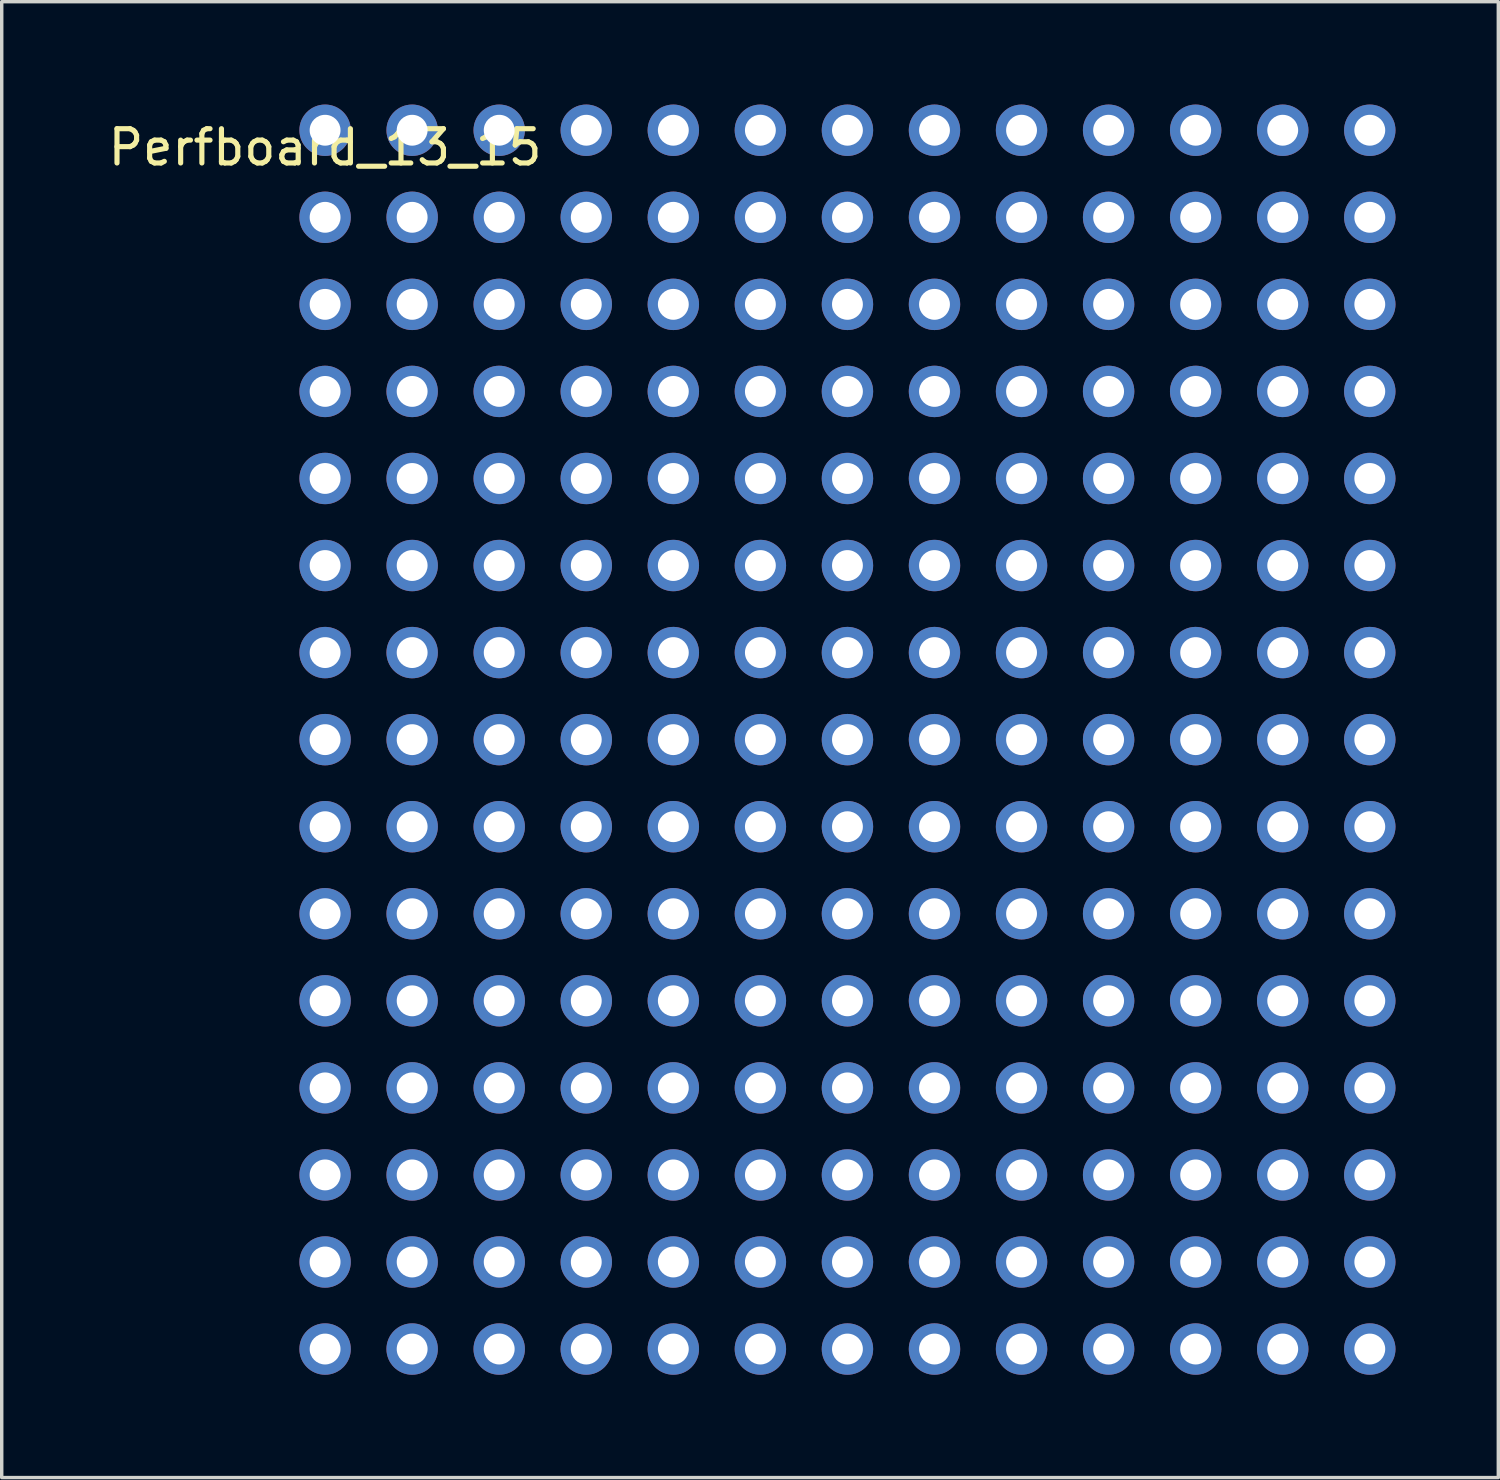
<source format=kicad_pcb>
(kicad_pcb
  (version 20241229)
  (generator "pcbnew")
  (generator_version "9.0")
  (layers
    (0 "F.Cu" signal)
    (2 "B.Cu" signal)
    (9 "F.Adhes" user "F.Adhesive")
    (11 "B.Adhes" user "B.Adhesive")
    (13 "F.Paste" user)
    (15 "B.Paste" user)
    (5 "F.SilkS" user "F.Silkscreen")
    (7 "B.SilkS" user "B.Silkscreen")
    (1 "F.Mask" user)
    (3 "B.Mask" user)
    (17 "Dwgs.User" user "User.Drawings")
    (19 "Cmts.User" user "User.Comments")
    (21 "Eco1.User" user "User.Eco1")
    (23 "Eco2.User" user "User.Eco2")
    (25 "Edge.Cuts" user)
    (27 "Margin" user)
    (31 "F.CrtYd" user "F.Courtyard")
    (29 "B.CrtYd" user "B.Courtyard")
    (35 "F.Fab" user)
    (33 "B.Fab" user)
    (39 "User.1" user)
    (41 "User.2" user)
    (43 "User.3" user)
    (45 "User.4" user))
  (footprint "Perfboard_13_15"
    (layer "F.Cu")
    (at 6.435 0.75)
    (property "Reference" "Perfboard_13_15" (at 0 0.5 0) (layer "F.SilkS") (effects (font (size 1 1) (thickness 0.15))))
    (attr through_hole)
    (pad "1" thru_hole circle (at 0 0) (size 1.5 1.5) (drill 0.9) (layers "*.Cu" "*.Mask"))
    (pad "1" thru_hole circle (at 0 2.54) (size 1.5 1.5) (drill 0.9) (layers "*.Cu" "*.Mask"))
    (pad "1" thru_hole circle (at 0 5.08) (size 1.5 1.5) (drill 0.9) (layers "*.Cu" "*.Mask"))
    (pad "1" thru_hole circle (at 0 7.62) (size 1.5 1.5) (drill 0.9) (layers "*.Cu" "*.Mask"))
    (pad "1" thru_hole circle (at 0 10.16) (size 1.5 1.5) (drill 0.9) (layers "*.Cu" "*.Mask"))
    (pad "1" thru_hole circle (at 0 12.7) (size 1.5 1.5) (drill 0.9) (layers "*.Cu" "*.Mask"))
    (pad "1" thru_hole circle (at 0 15.24) (size 1.5 1.5) (drill 0.9) (layers "*.Cu" "*.Mask"))
    (pad "1" thru_hole circle (at 0 17.78) (size 1.5 1.5) (drill 0.9) (layers "*.Cu" "*.Mask"))
    (pad "1" thru_hole circle (at 0 20.32) (size 1.5 1.5) (drill 0.9) (layers "*.Cu" "*.Mask"))
    (pad "1" thru_hole circle (at 0 22.86) (size 1.5 1.5) (drill 0.9) (layers "*.Cu" "*.Mask"))
    (pad "1" thru_hole circle (at 0 25.4) (size 1.5 1.5) (drill 0.9) (layers "*.Cu" "*.Mask"))
    (pad "1" thru_hole circle (at 0 27.94) (size 1.5 1.5) (drill 0.9) (layers "*.Cu" "*.Mask"))
    (pad "1" thru_hole circle (at 0 30.48) (size 1.5 1.5) (drill 0.9) (layers "*.Cu" "*.Mask"))
    (pad "1" thru_hole circle (at 0 33.02) (size 1.5 1.5) (drill 0.9) (layers "*.Cu" "*.Mask"))
    (pad "1" thru_hole circle (at 0 35.56) (size 1.5 1.5) (drill 0.9) (layers "*.Cu" "*.Mask"))
    (pad "1" thru_hole circle (at 2.54 0) (size 1.5 1.5) (drill 0.9) (layers "*.Cu" "*.Mask"))
    (pad "1" thru_hole circle (at 2.54 2.54) (size 1.5 1.5) (drill 0.9) (layers "*.Cu" "*.Mask"))
    (pad "1" thru_hole circle (at 2.54 5.08) (size 1.5 1.5) (drill 0.9) (layers "*.Cu" "*.Mask"))
    (pad "1" thru_hole circle (at 2.54 7.62) (size 1.5 1.5) (drill 0.9) (layers "*.Cu" "*.Mask"))
    (pad "1" thru_hole circle (at 2.54 10.16) (size 1.5 1.5) (drill 0.9) (layers "*.Cu" "*.Mask"))
    (pad "1" thru_hole circle (at 2.54 12.7) (size 1.5 1.5) (drill 0.9) (layers "*.Cu" "*.Mask"))
    (pad "1" thru_hole circle (at 2.54 15.24) (size 1.5 1.5) (drill 0.9) (layers "*.Cu" "*.Mask"))
    (pad "1" thru_hole circle (at 2.54 17.78) (size 1.5 1.5) (drill 0.9) (layers "*.Cu" "*.Mask"))
    (pad "1" thru_hole circle (at 2.54 20.32) (size 1.5 1.5) (drill 0.9) (layers "*.Cu" "*.Mask"))
    (pad "1" thru_hole circle (at 2.54 22.86) (size 1.5 1.5) (drill 0.9) (layers "*.Cu" "*.Mask"))
    (pad "1" thru_hole circle (at 2.54 25.4) (size 1.5 1.5) (drill 0.9) (layers "*.Cu" "*.Mask"))
    (pad "1" thru_hole circle (at 2.54 27.94) (size 1.5 1.5) (drill 0.9) (layers "*.Cu" "*.Mask"))
    (pad "1" thru_hole circle (at 2.54 30.48) (size 1.5 1.5) (drill 0.9) (layers "*.Cu" "*.Mask"))
    (pad "1" thru_hole circle (at 2.54 33.02) (size 1.5 1.5) (drill 0.9) (layers "*.Cu" "*.Mask"))
    (pad "1" thru_hole circle (at 2.54 35.56) (size 1.5 1.5) (drill 0.9) (layers "*.Cu" "*.Mask"))
    (pad "1" thru_hole circle (at 5.08 0) (size 1.5 1.5) (drill 0.9) (layers "*.Cu" "*.Mask"))
    (pad "1" thru_hole circle (at 5.08 2.54) (size 1.5 1.5) (drill 0.9) (layers "*.Cu" "*.Mask"))
    (pad "1" thru_hole circle (at 5.08 5.08) (size 1.5 1.5) (drill 0.9) (layers "*.Cu" "*.Mask"))
    (pad "1" thru_hole circle (at 5.08 7.62) (size 1.5 1.5) (drill 0.9) (layers "*.Cu" "*.Mask"))
    (pad "1" thru_hole circle (at 5.08 10.16) (size 1.5 1.5) (drill 0.9) (layers "*.Cu" "*.Mask"))
    (pad "1" thru_hole circle (at 5.08 12.7) (size 1.5 1.5) (drill 0.9) (layers "*.Cu" "*.Mask"))
    (pad "1" thru_hole circle (at 5.08 15.24) (size 1.5 1.5) (drill 0.9) (layers "*.Cu" "*.Mask"))
    (pad "1" thru_hole circle (at 5.08 17.78) (size 1.5 1.5) (drill 0.9) (layers "*.Cu" "*.Mask"))
    (pad "1" thru_hole circle (at 5.08 20.32) (size 1.5 1.5) (drill 0.9) (layers "*.Cu" "*.Mask"))
    (pad "1" thru_hole circle (at 5.08 22.86) (size 1.5 1.5) (drill 0.9) (layers "*.Cu" "*.Mask"))
    (pad "1" thru_hole circle (at 5.08 25.4) (size 1.5 1.5) (drill 0.9) (layers "*.Cu" "*.Mask"))
    (pad "1" thru_hole circle (at 5.08 27.94) (size 1.5 1.5) (drill 0.9) (layers "*.Cu" "*.Mask"))
    (pad "1" thru_hole circle (at 5.08 30.48) (size 1.5 1.5) (drill 0.9) (layers "*.Cu" "*.Mask"))
    (pad "1" thru_hole circle (at 5.08 33.02) (size 1.5 1.5) (drill 0.9) (layers "*.Cu" "*.Mask"))
    (pad "1" thru_hole circle (at 5.08 35.56) (size 1.5 1.5) (drill 0.9) (layers "*.Cu" "*.Mask"))
    (pad "1" thru_hole circle (at 7.62 0) (size 1.5 1.5) (drill 0.9) (layers "*.Cu" "*.Mask"))
    (pad "1" thru_hole circle (at 7.62 2.54) (size 1.5 1.5) (drill 0.9) (layers "*.Cu" "*.Mask"))
    (pad "1" thru_hole circle (at 7.62 5.08) (size 1.5 1.5) (drill 0.9) (layers "*.Cu" "*.Mask"))
    (pad "1" thru_hole circle (at 7.62 7.62) (size 1.5 1.5) (drill 0.9) (layers "*.Cu" "*.Mask"))
    (pad "1" thru_hole circle (at 7.62 10.16) (size 1.5 1.5) (drill 0.9) (layers "*.Cu" "*.Mask"))
    (pad "1" thru_hole circle (at 7.62 12.7) (size 1.5 1.5) (drill 0.9) (layers "*.Cu" "*.Mask"))
    (pad "1" thru_hole circle (at 7.62 15.24) (size 1.5 1.5) (drill 0.9) (layers "*.Cu" "*.Mask"))
    (pad "1" thru_hole circle (at 7.62 17.78) (size 1.5 1.5) (drill 0.9) (layers "*.Cu" "*.Mask"))
    (pad "1" thru_hole circle (at 7.62 20.32) (size 1.5 1.5) (drill 0.9) (layers "*.Cu" "*.Mask"))
    (pad "1" thru_hole circle (at 7.62 22.86) (size 1.5 1.5) (drill 0.9) (layers "*.Cu" "*.Mask"))
    (pad "1" thru_hole circle (at 7.62 25.4) (size 1.5 1.5) (drill 0.9) (layers "*.Cu" "*.Mask"))
    (pad "1" thru_hole circle (at 7.62 27.94) (size 1.5 1.5) (drill 0.9) (layers "*.Cu" "*.Mask"))
    (pad "1" thru_hole circle (at 7.62 30.48) (size 1.5 1.5) (drill 0.9) (layers "*.Cu" "*.Mask"))
    (pad "1" thru_hole circle (at 7.62 33.02) (size 1.5 1.5) (drill 0.9) (layers "*.Cu" "*.Mask"))
    (pad "1" thru_hole circle (at 7.62 35.56) (size 1.5 1.5) (drill 0.9) (layers "*.Cu" "*.Mask"))
    (pad "1" thru_hole circle (at 10.16 0) (size 1.5 1.5) (drill 0.9) (layers "*.Cu" "*.Mask"))
    (pad "1" thru_hole circle (at 10.16 2.54) (size 1.5 1.5) (drill 0.9) (layers "*.Cu" "*.Mask"))
    (pad "1" thru_hole circle (at 10.16 5.08) (size 1.5 1.5) (drill 0.9) (layers "*.Cu" "*.Mask"))
    (pad "1" thru_hole circle (at 10.16 7.62) (size 1.5 1.5) (drill 0.9) (layers "*.Cu" "*.Mask"))
    (pad "1" thru_hole circle (at 10.16 10.16) (size 1.5 1.5) (drill 0.9) (layers "*.Cu" "*.Mask"))
    (pad "1" thru_hole circle (at 10.16 12.7) (size 1.5 1.5) (drill 0.9) (layers "*.Cu" "*.Mask"))
    (pad "1" thru_hole circle (at 10.16 15.24) (size 1.5 1.5) (drill 0.9) (layers "*.Cu" "*.Mask"))
    (pad "1" thru_hole circle (at 10.16 17.78) (size 1.5 1.5) (drill 0.9) (layers "*.Cu" "*.Mask"))
    (pad "1" thru_hole circle (at 10.16 20.32) (size 1.5 1.5) (drill 0.9) (layers "*.Cu" "*.Mask"))
    (pad "1" thru_hole circle (at 10.16 22.86) (size 1.5 1.5) (drill 0.9) (layers "*.Cu" "*.Mask"))
    (pad "1" thru_hole circle (at 10.16 25.4) (size 1.5 1.5) (drill 0.9) (layers "*.Cu" "*.Mask"))
    (pad "1" thru_hole circle (at 10.16 27.94) (size 1.5 1.5) (drill 0.9) (layers "*.Cu" "*.Mask"))
    (pad "1" thru_hole circle (at 10.16 30.48) (size 1.5 1.5) (drill 0.9) (layers "*.Cu" "*.Mask"))
    (pad "1" thru_hole circle (at 10.16 33.02) (size 1.5 1.5) (drill 0.9) (layers "*.Cu" "*.Mask"))
    (pad "1" thru_hole circle (at 10.16 35.56) (size 1.5 1.5) (drill 0.9) (layers "*.Cu" "*.Mask"))
    (pad "1" thru_hole circle (at 12.7 0) (size 1.5 1.5) (drill 0.9) (layers "*.Cu" "*.Mask"))
    (pad "1" thru_hole circle (at 12.7 2.54) (size 1.5 1.5) (drill 0.9) (layers "*.Cu" "*.Mask"))
    (pad "1" thru_hole circle (at 12.7 5.08) (size 1.5 1.5) (drill 0.9) (layers "*.Cu" "*.Mask"))
    (pad "1" thru_hole circle (at 12.7 7.62) (size 1.5 1.5) (drill 0.9) (layers "*.Cu" "*.Mask"))
    (pad "1" thru_hole circle (at 12.7 10.16) (size 1.5 1.5) (drill 0.9) (layers "*.Cu" "*.Mask"))
    (pad "1" thru_hole circle (at 12.7 12.7) (size 1.5 1.5) (drill 0.9) (layers "*.Cu" "*.Mask"))
    (pad "1" thru_hole circle (at 12.7 15.24) (size 1.5 1.5) (drill 0.9) (layers "*.Cu" "*.Mask"))
    (pad "1" thru_hole circle (at 12.7 17.78) (size 1.5 1.5) (drill 0.9) (layers "*.Cu" "*.Mask"))
    (pad "1" thru_hole circle (at 12.7 20.32) (size 1.5 1.5) (drill 0.9) (layers "*.Cu" "*.Mask"))
    (pad "1" thru_hole circle (at 12.7 22.86) (size 1.5 1.5) (drill 0.9) (layers "*.Cu" "*.Mask"))
    (pad "1" thru_hole circle (at 12.7 25.4) (size 1.5 1.5) (drill 0.9) (layers "*.Cu" "*.Mask"))
    (pad "1" thru_hole circle (at 12.7 27.94) (size 1.5 1.5) (drill 0.9) (layers "*.Cu" "*.Mask"))
    (pad "1" thru_hole circle (at 12.7 30.48) (size 1.5 1.5) (drill 0.9) (layers "*.Cu" "*.Mask"))
    (pad "1" thru_hole circle (at 12.7 33.02) (size 1.5 1.5) (drill 0.9) (layers "*.Cu" "*.Mask"))
    (pad "1" thru_hole circle (at 12.7 35.56) (size 1.5 1.5) (drill 0.9) (layers "*.Cu" "*.Mask"))
    (pad "1" thru_hole circle (at 15.24 0) (size 1.5 1.5) (drill 0.9) (layers "*.Cu" "*.Mask"))
    (pad "1" thru_hole circle (at 15.24 2.54) (size 1.5 1.5) (drill 0.9) (layers "*.Cu" "*.Mask"))
    (pad "1" thru_hole circle (at 15.24 5.08) (size 1.5 1.5) (drill 0.9) (layers "*.Cu" "*.Mask"))
    (pad "1" thru_hole circle (at 15.24 7.62) (size 1.5 1.5) (drill 0.9) (layers "*.Cu" "*.Mask"))
    (pad "1" thru_hole circle (at 15.24 10.16) (size 1.5 1.5) (drill 0.9) (layers "*.Cu" "*.Mask"))
    (pad "1" thru_hole circle (at 15.24 12.7) (size 1.5 1.5) (drill 0.9) (layers "*.Cu" "*.Mask"))
    (pad "1" thru_hole circle (at 15.24 15.24) (size 1.5 1.5) (drill 0.9) (layers "*.Cu" "*.Mask"))
    (pad "1" thru_hole circle (at 15.24 17.78) (size 1.5 1.5) (drill 0.9) (layers "*.Cu" "*.Mask"))
    (pad "1" thru_hole circle (at 15.24 20.32) (size 1.5 1.5) (drill 0.9) (layers "*.Cu" "*.Mask"))
    (pad "1" thru_hole circle (at 15.24 22.86) (size 1.5 1.5) (drill 0.9) (layers "*.Cu" "*.Mask"))
    (pad "1" thru_hole circle (at 15.24 25.4) (size 1.5 1.5) (drill 0.9) (layers "*.Cu" "*.Mask"))
    (pad "1" thru_hole circle (at 15.24 27.94) (size 1.5 1.5) (drill 0.9) (layers "*.Cu" "*.Mask"))
    (pad "1" thru_hole circle (at 15.24 30.48) (size 1.5 1.5) (drill 0.9) (layers "*.Cu" "*.Mask"))
    (pad "1" thru_hole circle (at 15.24 33.02) (size 1.5 1.5) (drill 0.9) (layers "*.Cu" "*.Mask"))
    (pad "1" thru_hole circle (at 15.24 35.56) (size 1.5 1.5) (drill 0.9) (layers "*.Cu" "*.Mask"))
    (pad "1" thru_hole circle (at 17.78 0) (size 1.5 1.5) (drill 0.9) (layers "*.Cu" "*.Mask"))
    (pad "1" thru_hole circle (at 17.78 2.54) (size 1.5 1.5) (drill 0.9) (layers "*.Cu" "*.Mask"))
    (pad "1" thru_hole circle (at 17.78 5.08) (size 1.5 1.5) (drill 0.9) (layers "*.Cu" "*.Mask"))
    (pad "1" thru_hole circle (at 17.78 7.62) (size 1.5 1.5) (drill 0.9) (layers "*.Cu" "*.Mask"))
    (pad "1" thru_hole circle (at 17.78 10.16) (size 1.5 1.5) (drill 0.9) (layers "*.Cu" "*.Mask"))
    (pad "1" thru_hole circle (at 17.78 12.7) (size 1.5 1.5) (drill 0.9) (layers "*.Cu" "*.Mask"))
    (pad "1" thru_hole circle (at 17.78 15.24) (size 1.5 1.5) (drill 0.9) (layers "*.Cu" "*.Mask"))
    (pad "1" thru_hole circle (at 17.78 17.78) (size 1.5 1.5) (drill 0.9) (layers "*.Cu" "*.Mask"))
    (pad "1" thru_hole circle (at 17.78 20.32) (size 1.5 1.5) (drill 0.9) (layers "*.Cu" "*.Mask"))
    (pad "1" thru_hole circle (at 17.78 22.86) (size 1.5 1.5) (drill 0.9) (layers "*.Cu" "*.Mask"))
    (pad "1" thru_hole circle (at 17.78 25.4) (size 1.5 1.5) (drill 0.9) (layers "*.Cu" "*.Mask"))
    (pad "1" thru_hole circle (at 17.78 27.94) (size 1.5 1.5) (drill 0.9) (layers "*.Cu" "*.Mask"))
    (pad "1" thru_hole circle (at 17.78 30.48) (size 1.5 1.5) (drill 0.9) (layers "*.Cu" "*.Mask"))
    (pad "1" thru_hole circle (at 17.78 33.02) (size 1.5 1.5) (drill 0.9) (layers "*.Cu" "*.Mask"))
    (pad "1" thru_hole circle (at 17.78 35.56) (size 1.5 1.5) (drill 0.9) (layers "*.Cu" "*.Mask"))
    (pad "1" thru_hole circle (at 20.32 0) (size 1.5 1.5) (drill 0.9) (layers "*.Cu" "*.Mask"))
    (pad "1" thru_hole circle (at 20.32 2.54) (size 1.5 1.5) (drill 0.9) (layers "*.Cu" "*.Mask"))
    (pad "1" thru_hole circle (at 20.32 5.08) (size 1.5 1.5) (drill 0.9) (layers "*.Cu" "*.Mask"))
    (pad "1" thru_hole circle (at 20.32 7.62) (size 1.5 1.5) (drill 0.9) (layers "*.Cu" "*.Mask"))
    (pad "1" thru_hole circle (at 20.32 10.16) (size 1.5 1.5) (drill 0.9) (layers "*.Cu" "*.Mask"))
    (pad "1" thru_hole circle (at 20.32 12.7) (size 1.5 1.5) (drill 0.9) (layers "*.Cu" "*.Mask"))
    (pad "1" thru_hole circle (at 20.32 15.24) (size 1.5 1.5) (drill 0.9) (layers "*.Cu" "*.Mask"))
    (pad "1" thru_hole circle (at 20.32 17.78) (size 1.5 1.5) (drill 0.9) (layers "*.Cu" "*.Mask"))
    (pad "1" thru_hole circle (at 20.32 20.32) (size 1.5 1.5) (drill 0.9) (layers "*.Cu" "*.Mask"))
    (pad "1" thru_hole circle (at 20.32 22.86) (size 1.5 1.5) (drill 0.9) (layers "*.Cu" "*.Mask"))
    (pad "1" thru_hole circle (at 20.32 25.4) (size 1.5 1.5) (drill 0.9) (layers "*.Cu" "*.Mask"))
    (pad "1" thru_hole circle (at 20.32 27.94) (size 1.5 1.5) (drill 0.9) (layers "*.Cu" "*.Mask"))
    (pad "1" thru_hole circle (at 20.32 30.48) (size 1.5 1.5) (drill 0.9) (layers "*.Cu" "*.Mask"))
    (pad "1" thru_hole circle (at 20.32 33.02) (size 1.5 1.5) (drill 0.9) (layers "*.Cu" "*.Mask"))
    (pad "1" thru_hole circle (at 20.32 35.56) (size 1.5 1.5) (drill 0.9) (layers "*.Cu" "*.Mask"))
    (pad "1" thru_hole circle (at 22.86 0) (size 1.5 1.5) (drill 0.9) (layers "*.Cu" "*.Mask"))
    (pad "1" thru_hole circle (at 22.86 2.54) (size 1.5 1.5) (drill 0.9) (layers "*.Cu" "*.Mask"))
    (pad "1" thru_hole circle (at 22.86 5.08) (size 1.5 1.5) (drill 0.9) (layers "*.Cu" "*.Mask"))
    (pad "1" thru_hole circle (at 22.86 7.62) (size 1.5 1.5) (drill 0.9) (layers "*.Cu" "*.Mask"))
    (pad "1" thru_hole circle (at 22.86 10.16) (size 1.5 1.5) (drill 0.9) (layers "*.Cu" "*.Mask"))
    (pad "1" thru_hole circle (at 22.86 12.7) (size 1.5 1.5) (drill 0.9) (layers "*.Cu" "*.Mask"))
    (pad "1" thru_hole circle (at 22.86 15.24) (size 1.5 1.5) (drill 0.9) (layers "*.Cu" "*.Mask"))
    (pad "1" thru_hole circle (at 22.86 17.78) (size 1.5 1.5) (drill 0.9) (layers "*.Cu" "*.Mask"))
    (pad "1" thru_hole circle (at 22.86 20.32) (size 1.5 1.5) (drill 0.9) (layers "*.Cu" "*.Mask"))
    (pad "1" thru_hole circle (at 22.86 22.86) (size 1.5 1.5) (drill 0.9) (layers "*.Cu" "*.Mask"))
    (pad "1" thru_hole circle (at 22.86 25.4) (size 1.5 1.5) (drill 0.9) (layers "*.Cu" "*.Mask"))
    (pad "1" thru_hole circle (at 22.86 27.94) (size 1.5 1.5) (drill 0.9) (layers "*.Cu" "*.Mask"))
    (pad "1" thru_hole circle (at 22.86 30.48) (size 1.5 1.5) (drill 0.9) (layers "*.Cu" "*.Mask"))
    (pad "1" thru_hole circle (at 22.86 33.02) (size 1.5 1.5) (drill 0.9) (layers "*.Cu" "*.Mask"))
    (pad "1" thru_hole circle (at 22.86 35.56) (size 1.5 1.5) (drill 0.9) (layers "*.Cu" "*.Mask"))
    (pad "1" thru_hole circle (at 25.4 0) (size 1.5 1.5) (drill 0.9) (layers "*.Cu" "*.Mask"))
    (pad "1" thru_hole circle (at 25.4 2.54) (size 1.5 1.5) (drill 0.9) (layers "*.Cu" "*.Mask"))
    (pad "1" thru_hole circle (at 25.4 5.08) (size 1.5 1.5) (drill 0.9) (layers "*.Cu" "*.Mask"))
    (pad "1" thru_hole circle (at 25.4 7.62) (size 1.5 1.5) (drill 0.9) (layers "*.Cu" "*.Mask"))
    (pad "1" thru_hole circle (at 25.4 10.16) (size 1.5 1.5) (drill 0.9) (layers "*.Cu" "*.Mask"))
    (pad "1" thru_hole circle (at 25.4 12.7) (size 1.5 1.5) (drill 0.9) (layers "*.Cu" "*.Mask"))
    (pad "1" thru_hole circle (at 25.4 15.24) (size 1.5 1.5) (drill 0.9) (layers "*.Cu" "*.Mask"))
    (pad "1" thru_hole circle (at 25.4 17.78) (size 1.5 1.5) (drill 0.9) (layers "*.Cu" "*.Mask"))
    (pad "1" thru_hole circle (at 25.4 20.32) (size 1.5 1.5) (drill 0.9) (layers "*.Cu" "*.Mask"))
    (pad "1" thru_hole circle (at 25.4 22.86) (size 1.5 1.5) (drill 0.9) (layers "*.Cu" "*.Mask"))
    (pad "1" thru_hole circle (at 25.4 25.4) (size 1.5 1.5) (drill 0.9) (layers "*.Cu" "*.Mask"))
    (pad "1" thru_hole circle (at 25.4 27.94) (size 1.5 1.5) (drill 0.9) (layers "*.Cu" "*.Mask"))
    (pad "1" thru_hole circle (at 25.4 30.48) (size 1.5 1.5) (drill 0.9) (layers "*.Cu" "*.Mask"))
    (pad "1" thru_hole circle (at 25.4 33.02) (size 1.5 1.5) (drill 0.9) (layers "*.Cu" "*.Mask"))
    (pad "1" thru_hole circle (at 25.4 35.56) (size 1.5 1.5) (drill 0.9) (layers "*.Cu" "*.Mask"))
    (pad "1" thru_hole circle (at 27.94 0) (size 1.5 1.5) (drill 0.9) (layers "*.Cu" "*.Mask"))
    (pad "1" thru_hole circle (at 27.94 2.54) (size 1.5 1.5) (drill 0.9) (layers "*.Cu" "*.Mask"))
    (pad "1" thru_hole circle (at 27.94 5.08) (size 1.5 1.5) (drill 0.9) (layers "*.Cu" "*.Mask"))
    (pad "1" thru_hole circle (at 27.94 7.62) (size 1.5 1.5) (drill 0.9) (layers "*.Cu" "*.Mask"))
    (pad "1" thru_hole circle (at 27.94 10.16) (size 1.5 1.5) (drill 0.9) (layers "*.Cu" "*.Mask"))
    (pad "1" thru_hole circle (at 27.94 12.7) (size 1.5 1.5) (drill 0.9) (layers "*.Cu" "*.Mask"))
    (pad "1" thru_hole circle (at 27.94 15.24) (size 1.5 1.5) (drill 0.9) (layers "*.Cu" "*.Mask"))
    (pad "1" thru_hole circle (at 27.94 17.78) (size 1.5 1.5) (drill 0.9) (layers "*.Cu" "*.Mask"))
    (pad "1" thru_hole circle (at 27.94 20.32) (size 1.5 1.5) (drill 0.9) (layers "*.Cu" "*.Mask"))
    (pad "1" thru_hole circle (at 27.94 22.86) (size 1.5 1.5) (drill 0.9) (layers "*.Cu" "*.Mask"))
    (pad "1" thru_hole circle (at 27.94 25.4) (size 1.5 1.5) (drill 0.9) (layers "*.Cu" "*.Mask"))
    (pad "1" thru_hole circle (at 27.94 27.94) (size 1.5 1.5) (drill 0.9) (layers "*.Cu" "*.Mask"))
    (pad "1" thru_hole circle (at 27.94 30.48) (size 1.5 1.5) (drill 0.9) (layers "*.Cu" "*.Mask"))
    (pad "1" thru_hole circle (at 27.94 33.02) (size 1.5 1.5) (drill 0.9) (layers "*.Cu" "*.Mask"))
    (pad "1" thru_hole circle (at 27.94 35.56) (size 1.5 1.5) (drill 0.9) (layers "*.Cu" "*.Mask"))
    (pad "1" thru_hole circle (at 30.48 0) (size 1.5 1.5) (drill 0.9) (layers "*.Cu" "*.Mask"))
    (pad "1" thru_hole circle (at 30.48 2.54) (size 1.5 1.5) (drill 0.9) (layers "*.Cu" "*.Mask"))
    (pad "1" thru_hole circle (at 30.48 5.08) (size 1.5 1.5) (drill 0.9) (layers "*.Cu" "*.Mask"))
    (pad "1" thru_hole circle (at 30.48 7.62) (size 1.5 1.5) (drill 0.9) (layers "*.Cu" "*.Mask"))
    (pad "1" thru_hole circle (at 30.48 10.16) (size 1.5 1.5) (drill 0.9) (layers "*.Cu" "*.Mask"))
    (pad "1" thru_hole circle (at 30.48 12.7) (size 1.5 1.5) (drill 0.9) (layers "*.Cu" "*.Mask"))
    (pad "1" thru_hole circle (at 30.48 15.24) (size 1.5 1.5) (drill 0.9) (layers "*.Cu" "*.Mask"))
    (pad "1" thru_hole circle (at 30.48 17.78) (size 1.5 1.5) (drill 0.9) (layers "*.Cu" "*.Mask"))
    (pad "1" thru_hole circle (at 30.48 20.32) (size 1.5 1.5) (drill 0.9) (layers "*.Cu" "*.Mask"))
    (pad "1" thru_hole circle (at 30.48 22.86) (size 1.5 1.5) (drill 0.9) (layers "*.Cu" "*.Mask"))
    (pad "1" thru_hole circle (at 30.48 25.4) (size 1.5 1.5) (drill 0.9) (layers "*.Cu" "*.Mask"))
    (pad "1" thru_hole circle (at 30.48 27.94) (size 1.5 1.5) (drill 0.9) (layers "*.Cu" "*.Mask"))
    (pad "1" thru_hole circle (at 30.48 30.48) (size 1.5 1.5) (drill 0.9) (layers "*.Cu" "*.Mask"))
    (pad "1" thru_hole circle (at 30.48 33.02) (size 1.5 1.5) (drill 0.9) (layers "*.Cu" "*.Mask"))
    (pad "1" thru_hole circle (at 30.48 35.56) (size 1.5 1.5) (drill 0.9) (layers "*.Cu" "*.Mask")))
  (gr_rect
    (start -3 -3)
    (end 40.665 40.06)
    (stroke (width 0.1) (type default))
    (fill no)
    (layer "Edge.Cuts")))
</source>
